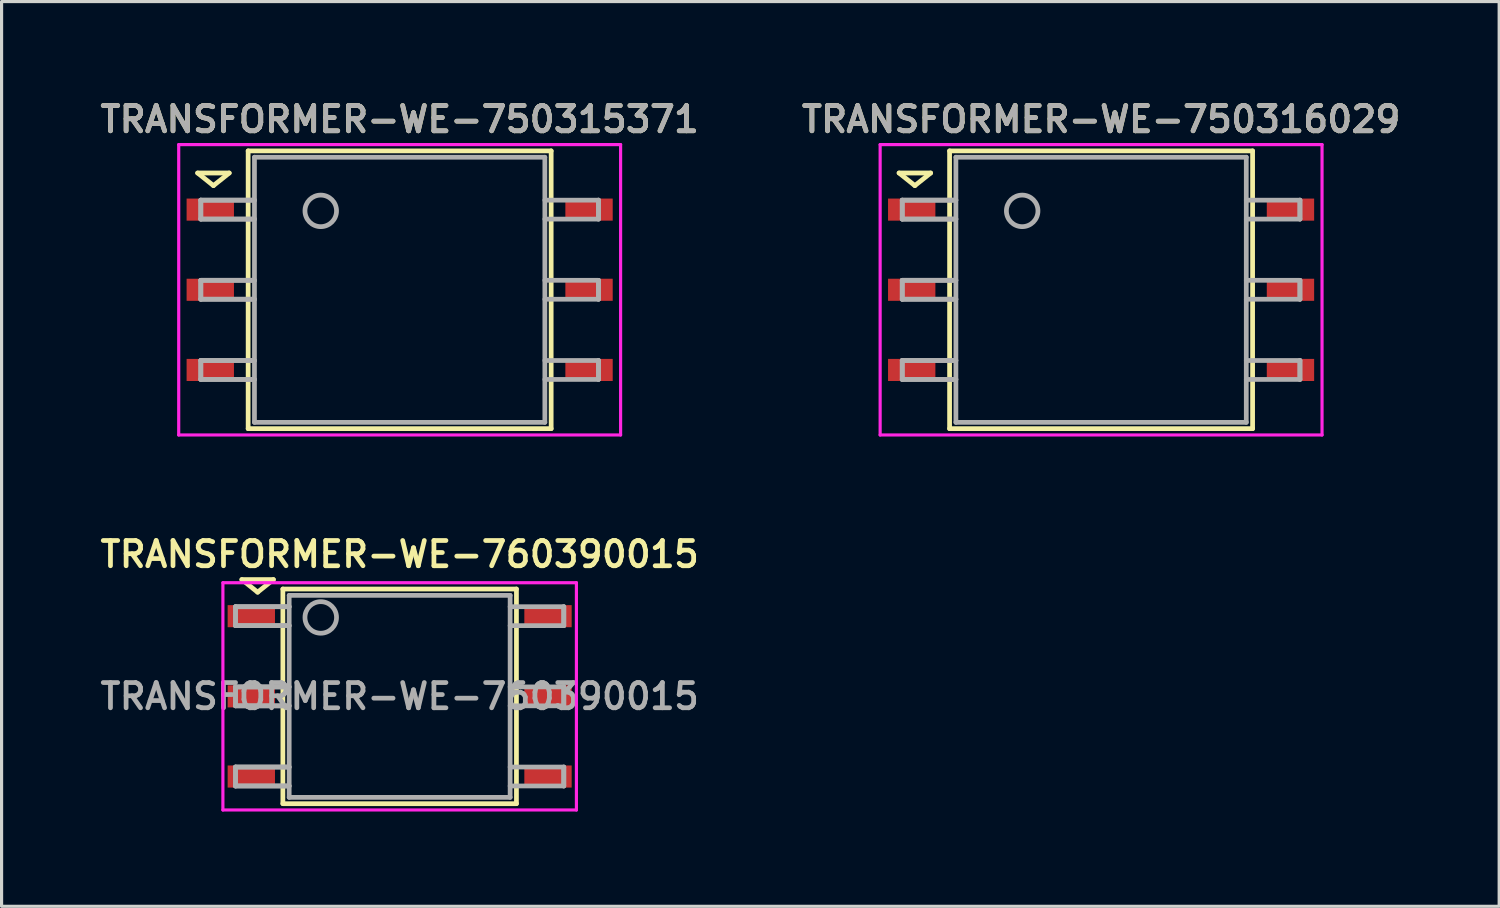
<source format=kicad_pcb>
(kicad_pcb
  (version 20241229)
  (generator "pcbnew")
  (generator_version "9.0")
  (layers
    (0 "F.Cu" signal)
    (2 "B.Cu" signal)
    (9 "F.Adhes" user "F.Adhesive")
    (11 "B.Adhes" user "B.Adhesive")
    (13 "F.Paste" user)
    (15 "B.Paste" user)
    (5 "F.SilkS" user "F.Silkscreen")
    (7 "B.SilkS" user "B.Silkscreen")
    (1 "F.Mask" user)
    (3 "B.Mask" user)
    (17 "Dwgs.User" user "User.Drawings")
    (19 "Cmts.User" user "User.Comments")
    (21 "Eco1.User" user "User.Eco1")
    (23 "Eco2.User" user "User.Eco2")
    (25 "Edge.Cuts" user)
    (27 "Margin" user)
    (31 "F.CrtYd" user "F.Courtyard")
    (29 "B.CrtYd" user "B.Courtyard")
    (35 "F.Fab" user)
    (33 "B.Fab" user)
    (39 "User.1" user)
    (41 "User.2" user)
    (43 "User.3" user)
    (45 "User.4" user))
  (footprint "TRANSFORMER-WE-750316029"
    (layer "F.Cu")
    (at 31.835 6.131)
    (property "Reference" "TRANSFORMER-WE-750316029" (at 0 -5.4 0) (layer "F.SilkS") (effects (font (size 0.8 0.8) (thickness 0.15))))
    (attr through_hole)
    (fp_line (start -6.4 -3.7) (end -5.4 -3.7) (stroke (width 0.15) (type solid)) (layer "F.SilkS"))
    (fp_line (start -5.9 -3.3) (end -6.4 -3.7) (stroke (width 0.15) (type solid)) (layer "F.SilkS"))
    (fp_line (start -5.4 -3.7) (end -5.9 -3.3) (stroke (width 0.15) (type solid)) (layer "F.SilkS"))
    (fp_line (start -4.8 -4.4) (end -4.8 4.4) (stroke (width 0.15) (type solid)) (layer "F.SilkS"))
    (fp_line (start -4.8 4.4) (end 4.8 4.4) (stroke (width 0.15) (type solid)) (layer "F.SilkS"))
    (fp_line (start 4.8 -4.4) (end -4.8 -4.4) (stroke (width 0.15) (type solid)) (layer "F.SilkS"))
    (fp_line (start 4.8 4.4) (end 4.8 -4.4) (stroke (width 0.15) (type solid)) (layer "F.SilkS"))
    (fp_line (start -7 -4.6) (end -7 4.6) (stroke (width 0.1) (type solid)) (layer "F.CrtYd"))
    (fp_line (start -7 4.6) (end 7 4.6) (stroke (width 0.1) (type solid)) (layer "F.CrtYd"))
    (fp_line (start 7 -4.6) (end -7 -4.6) (stroke (width 0.1) (type solid)) (layer "F.CrtYd"))
    (fp_line (start 7 4.6) (end 7 -4.6) (stroke (width 0.1) (type solid)) (layer "F.CrtYd"))
    (fp_line (start -6.3 -2.84) (end -6.3 -2.24) (stroke (width 0.15) (type solid)) (layer "F.Fab"))
    (fp_line (start -6.3 -2.84) (end -6.3 -2.24) (stroke (width 0.15) (type solid)) (layer "F.Fab"))
    (fp_line (start -6.3 -2.24) (end -4.6 -2.24) (stroke (width 0.15) (type solid)) (layer "F.Fab"))
    (fp_line (start -6.3 -2.24) (end -4.6 -2.24) (stroke (width 0.15) (type solid)) (layer "F.Fab"))
    (fp_line (start -6.3 -0.3) (end -6.3 0.3) (stroke (width 0.15) (type solid)) (layer "F.Fab"))
    (fp_line (start -6.3 -0.3) (end -6.3 0.3) (stroke (width 0.15) (type solid)) (layer "F.Fab"))
    (fp_line (start -6.3 0.3) (end -4.6 0.3) (stroke (width 0.15) (type solid)) (layer "F.Fab"))
    (fp_line (start -6.3 0.3) (end -4.6 0.3) (stroke (width 0.15) (type solid)) (layer "F.Fab"))
    (fp_line (start -6.3 2.24) (end -6.3 2.84) (stroke (width 0.15) (type solid)) (layer "F.Fab"))
    (fp_line (start -6.3 2.24) (end -6.3 2.84) (stroke (width 0.15) (type solid)) (layer "F.Fab"))
    (fp_line (start -6.3 2.84) (end -4.6 2.84) (stroke (width 0.15) (type solid)) (layer "F.Fab"))
    (fp_line (start -6.3 2.84) (end -4.6 2.84) (stroke (width 0.15) (type solid)) (layer "F.Fab"))
    (fp_line (start -4.6 -4.2) (end 4.6 -4.2) (stroke (width 0.15) (type solid)) (layer "F.Fab"))
    (fp_line (start -4.6 -2.84) (end -6.3 -2.84) (stroke (width 0.15) (type solid)) (layer "F.Fab"))
    (fp_line (start -4.6 -2.84) (end -6.3 -2.84) (stroke (width 0.15) (type solid)) (layer "F.Fab"))
    (fp_line (start -4.6 -0.3) (end -6.3 -0.3) (stroke (width 0.15) (type solid)) (layer "F.Fab"))
    (fp_line (start -4.6 -0.3) (end -6.3 -0.3) (stroke (width 0.15) (type solid)) (layer "F.Fab"))
    (fp_line (start -4.6 2.24) (end -6.3 2.24) (stroke (width 0.15) (type solid)) (layer "F.Fab"))
    (fp_line (start -4.6 2.24) (end -6.3 2.24) (stroke (width 0.15) (type solid)) (layer "F.Fab"))
    (fp_line (start -4.6 4.2) (end -4.6 -4.2) (stroke (width 0.15) (type solid)) (layer "F.Fab"))
    (fp_line (start 4.6 -4.2) (end 4.6 4.2) (stroke (width 0.15) (type solid)) (layer "F.Fab"))
    (fp_line (start 4.6 -2.84) (end 6.3 -2.84) (stroke (width 0.15) (type solid)) (layer "F.Fab"))
    (fp_line (start 4.6 -0.3) (end 6.3 -0.3) (stroke (width 0.15) (type solid)) (layer "F.Fab"))
    (fp_line (start 4.6 2.24) (end 6.3 2.24) (stroke (width 0.15) (type solid)) (layer "F.Fab"))
    (fp_line (start 4.6 4.2) (end -4.6 4.2) (stroke (width 0.15) (type solid)) (layer "F.Fab"))
    (fp_line (start 6.3 -2.84) (end 6.3 -2.24) (stroke (width 0.15) (type solid)) (layer "F.Fab"))
    (fp_line (start 6.3 -2.84) (end 6.3 -2.24) (stroke (width 0.15) (type solid)) (layer "F.Fab"))
    (fp_line (start 6.3 -2.24) (end 4.6 -2.24) (stroke (width 0.15) (type solid)) (layer "F.Fab"))
    (fp_line (start 6.3 -0.3) (end 6.3 0.3) (stroke (width 0.15) (type solid)) (layer "F.Fab"))
    (fp_line (start 6.3 -0.3) (end 6.3 0.3) (stroke (width 0.15) (type solid)) (layer "F.Fab"))
    (fp_line (start 6.3 0.3) (end 4.6 0.3) (stroke (width 0.15) (type solid)) (layer "F.Fab"))
    (fp_line (start 6.3 2.24) (end 6.3 2.84) (stroke (width 0.15) (type solid)) (layer "F.Fab"))
    (fp_line (start 6.3 2.24) (end 6.3 2.84) (stroke (width 0.15) (type solid)) (layer "F.Fab"))
    (fp_line (start 6.3 2.84) (end 4.6 2.84) (stroke (width 0.15) (type solid)) (layer "F.Fab"))
    (fp_circle (center -2.5 -2.5) (end -2 -2.5) (stroke (width 0.15) (type solid)) (fill no) (layer "F.Fab"))
    (fp_text user "${REFERENCE}" (at 0 -5.4 0) (layer "F.Fab") (effects (font (size 0.8 0.8) (thickness 0.15))))
    (pad "1" smd rect (at -6 -2.54) (size 1.5 0.7) (layers "F.Cu" "F.Mask" "F.Paste"))
    (pad "2" smd rect (at -6 0) (size 1.5 0.7) (layers "F.Cu" "F.Mask" "F.Paste"))
    (pad "3" smd rect (at -6 2.54) (size 1.5 0.7) (layers "F.Cu" "F.Mask" "F.Paste"))
    (pad "4" smd rect (at 6 2.54) (size 1.5 0.7) (layers "F.Cu" "F.Mask" "F.Paste"))
    (pad "5" smd rect (at 6 0) (size 1.5 0.7) (layers "F.Cu" "F.Mask" "F.Paste"))
    (pad "6" smd rect (at 6 -2.54) (size 1.5 0.7) (layers "F.Cu" "F.Mask" "F.Paste")))
  (footprint "TRANSFORMER-WE-750315371"
    (layer "F.Cu")
    (at 9.612 6.131)
    (property "Reference" "TRANSFORMER-WE-750315371" (at 0 -5.4 0) (layer "F.SilkS") (effects (font (size 0.8 0.8) (thickness 0.15))))
    (attr through_hole)
    (fp_line (start -6.4 -3.7) (end -5.4 -3.7) (stroke (width 0.15) (type solid)) (layer "F.SilkS"))
    (fp_line (start -5.9 -3.3) (end -6.4 -3.7) (stroke (width 0.15) (type solid)) (layer "F.SilkS"))
    (fp_line (start -5.4 -3.7) (end -5.9 -3.3) (stroke (width 0.15) (type solid)) (layer "F.SilkS"))
    (fp_line (start -4.8 -4.4) (end -4.8 4.4) (stroke (width 0.15) (type solid)) (layer "F.SilkS"))
    (fp_line (start -4.8 4.4) (end 4.8 4.4) (stroke (width 0.15) (type solid)) (layer "F.SilkS"))
    (fp_line (start 4.8 -4.4) (end -4.8 -4.4) (stroke (width 0.15) (type solid)) (layer "F.SilkS"))
    (fp_line (start 4.8 4.4) (end 4.8 -4.4) (stroke (width 0.15) (type solid)) (layer "F.SilkS"))
    (fp_line (start -7 -4.6) (end -7 4.6) (stroke (width 0.1) (type solid)) (layer "F.CrtYd"))
    (fp_line (start -7 4.6) (end 7 4.6) (stroke (width 0.1) (type solid)) (layer "F.CrtYd"))
    (fp_line (start 7 -4.6) (end -7 -4.6) (stroke (width 0.1) (type solid)) (layer "F.CrtYd"))
    (fp_line (start 7 4.6) (end 7 -4.6) (stroke (width 0.1) (type solid)) (layer "F.CrtYd"))
    (fp_line (start -6.3 -2.84) (end -6.3 -2.24) (stroke (width 0.15) (type solid)) (layer "F.Fab"))
    (fp_line (start -6.3 -2.84) (end -6.3 -2.24) (stroke (width 0.15) (type solid)) (layer "F.Fab"))
    (fp_line (start -6.3 -2.24) (end -4.6 -2.24) (stroke (width 0.15) (type solid)) (layer "F.Fab"))
    (fp_line (start -6.3 -2.24) (end -4.6 -2.24) (stroke (width 0.15) (type solid)) (layer "F.Fab"))
    (fp_line (start -6.3 -0.3) (end -6.3 0.3) (stroke (width 0.15) (type solid)) (layer "F.Fab"))
    (fp_line (start -6.3 -0.3) (end -6.3 0.3) (stroke (width 0.15) (type solid)) (layer "F.Fab"))
    (fp_line (start -6.3 0.3) (end -4.6 0.3) (stroke (width 0.15) (type solid)) (layer "F.Fab"))
    (fp_line (start -6.3 0.3) (end -4.6 0.3) (stroke (width 0.15) (type solid)) (layer "F.Fab"))
    (fp_line (start -6.3 2.24) (end -6.3 2.84) (stroke (width 0.15) (type solid)) (layer "F.Fab"))
    (fp_line (start -6.3 2.24) (end -6.3 2.84) (stroke (width 0.15) (type solid)) (layer "F.Fab"))
    (fp_line (start -6.3 2.84) (end -4.6 2.84) (stroke (width 0.15) (type solid)) (layer "F.Fab"))
    (fp_line (start -6.3 2.84) (end -4.6 2.84) (stroke (width 0.15) (type solid)) (layer "F.Fab"))
    (fp_line (start -4.6 -4.2) (end 4.6 -4.2) (stroke (width 0.15) (type solid)) (layer "F.Fab"))
    (fp_line (start -4.6 -2.84) (end -6.3 -2.84) (stroke (width 0.15) (type solid)) (layer "F.Fab"))
    (fp_line (start -4.6 -2.84) (end -6.3 -2.84) (stroke (width 0.15) (type solid)) (layer "F.Fab"))
    (fp_line (start -4.6 -0.3) (end -6.3 -0.3) (stroke (width 0.15) (type solid)) (layer "F.Fab"))
    (fp_line (start -4.6 -0.3) (end -6.3 -0.3) (stroke (width 0.15) (type solid)) (layer "F.Fab"))
    (fp_line (start -4.6 2.24) (end -6.3 2.24) (stroke (width 0.15) (type solid)) (layer "F.Fab"))
    (fp_line (start -4.6 2.24) (end -6.3 2.24) (stroke (width 0.15) (type solid)) (layer "F.Fab"))
    (fp_line (start -4.6 4.2) (end -4.6 -4.2) (stroke (width 0.15) (type solid)) (layer "F.Fab"))
    (fp_line (start 4.6 -4.2) (end 4.6 4.2) (stroke (width 0.15) (type solid)) (layer "F.Fab"))
    (fp_line (start 4.6 -2.84) (end 6.3 -2.84) (stroke (width 0.15) (type solid)) (layer "F.Fab"))
    (fp_line (start 4.6 -0.3) (end 6.3 -0.3) (stroke (width 0.15) (type solid)) (layer "F.Fab"))
    (fp_line (start 4.6 2.24) (end 6.3 2.24) (stroke (width 0.15) (type solid)) (layer "F.Fab"))
    (fp_line (start 4.6 4.2) (end -4.6 4.2) (stroke (width 0.15) (type solid)) (layer "F.Fab"))
    (fp_line (start 6.3 -2.84) (end 6.3 -2.24) (stroke (width 0.15) (type solid)) (layer "F.Fab"))
    (fp_line (start 6.3 -2.84) (end 6.3 -2.24) (stroke (width 0.15) (type solid)) (layer "F.Fab"))
    (fp_line (start 6.3 -2.24) (end 4.6 -2.24) (stroke (width 0.15) (type solid)) (layer "F.Fab"))
    (fp_line (start 6.3 -0.3) (end 6.3 0.3) (stroke (width 0.15) (type solid)) (layer "F.Fab"))
    (fp_line (start 6.3 -0.3) (end 6.3 0.3) (stroke (width 0.15) (type solid)) (layer "F.Fab"))
    (fp_line (start 6.3 0.3) (end 4.6 0.3) (stroke (width 0.15) (type solid)) (layer "F.Fab"))
    (fp_line (start 6.3 2.24) (end 6.3 2.84) (stroke (width 0.15) (type solid)) (layer "F.Fab"))
    (fp_line (start 6.3 2.24) (end 6.3 2.84) (stroke (width 0.15) (type solid)) (layer "F.Fab"))
    (fp_line (start 6.3 2.84) (end 4.6 2.84) (stroke (width 0.15) (type solid)) (layer "F.Fab"))
    (fp_circle (center -2.5 -2.5) (end -2 -2.5) (stroke (width 0.15) (type solid)) (fill no) (layer "F.Fab"))
    (fp_text user "${REFERENCE}" (at 0 -5.4 0) (layer "F.Fab") (effects (font (size 0.8 0.8) (thickness 0.15))))
    (pad "1" smd rect (at -6 -2.54) (size 1.5 0.7) (layers "F.Cu" "F.Mask" "F.Paste"))
    (pad "2" smd rect (at -6 0) (size 1.5 0.7) (layers "F.Cu" "F.Mask" "F.Paste"))
    (pad "3" smd rect (at -6 2.54) (size 1.5 0.7) (layers "F.Cu" "F.Mask" "F.Paste"))
    (pad "4" smd rect (at 6 2.54) (size 1.5 0.7) (layers "F.Cu" "F.Mask" "F.Paste"))
    (pad "5" smd rect (at 6 0) (size 1.5 0.7) (layers "F.Cu" "F.Mask" "F.Paste"))
    (pad "6" smd rect (at 6 -2.54) (size 1.5 0.7) (layers "F.Cu" "F.Mask" "F.Paste")))
  (footprint "TRANSFORMER-WE-760390015"
    (layer "F.Cu")
    (at 9.612 19.012)
    (property "Reference" "TRANSFORMER-WE-760390015" (at 0 -4.5 0) (layer "F.SilkS") (effects (font (size 0.8 0.8) (thickness 0.15))))
    (attr through_hole)
    (fp_line (start -5 -3.7) (end -4 -3.7) (stroke (width 0.15) (type solid)) (layer "F.SilkS"))
    (fp_line (start -4.5 -3.3) (end -5 -3.7) (stroke (width 0.15) (type solid)) (layer "F.SilkS"))
    (fp_line (start -4 -3.7) (end -4.5 -3.3) (stroke (width 0.15) (type solid)) (layer "F.SilkS"))
    (fp_line (start -3.7 -3.4) (end -3.7 3.4) (stroke (width 0.15) (type solid)) (layer "F.SilkS"))
    (fp_line (start -3.7 3.4) (end 3.7 3.4) (stroke (width 0.15) (type solid)) (layer "F.SilkS"))
    (fp_line (start 3.7 -3.4) (end -3.7 -3.4) (stroke (width 0.15) (type solid)) (layer "F.SilkS"))
    (fp_line (start 3.7 3.4) (end 3.7 -3.4) (stroke (width 0.15) (type solid)) (layer "F.SilkS"))
    (fp_line (start -5.6 -3.6) (end -5.6 3.6) (stroke (width 0.1) (type solid)) (layer "F.CrtYd"))
    (fp_line (start -5.6 3.6) (end 5.6 3.6) (stroke (width 0.1) (type solid)) (layer "F.CrtYd"))
    (fp_line (start 5.6 -3.6) (end -5.6 -3.6) (stroke (width 0.1) (type solid)) (layer "F.CrtYd"))
    (fp_line (start 5.6 3.6) (end 5.6 -3.6) (stroke (width 0.1) (type solid)) (layer "F.CrtYd"))
    (fp_line (start -5.2 -2.84) (end -5.2 -2.24) (stroke (width 0.15) (type solid)) (layer "F.Fab"))
    (fp_line (start -5.2 -2.84) (end -5.2 -2.24) (stroke (width 0.15) (type solid)) (layer "F.Fab"))
    (fp_line (start -5.2 -2.24) (end -3.5 -2.24) (stroke (width 0.15) (type solid)) (layer "F.Fab"))
    (fp_line (start -5.2 -2.24) (end -3.5 -2.24) (stroke (width 0.15) (type solid)) (layer "F.Fab"))
    (fp_line (start -5.2 -0.3) (end -5.2 0.3) (stroke (width 0.15) (type solid)) (layer "F.Fab"))
    (fp_line (start -5.2 -0.3) (end -5.2 0.3) (stroke (width 0.15) (type solid)) (layer "F.Fab"))
    (fp_line (start -5.2 0.3) (end -3.5 0.3) (stroke (width 0.15) (type solid)) (layer "F.Fab"))
    (fp_line (start -5.2 0.3) (end -3.5 0.3) (stroke (width 0.15) (type solid)) (layer "F.Fab"))
    (fp_line (start -5.2 2.24) (end -5.2 2.84) (stroke (width 0.15) (type solid)) (layer "F.Fab"))
    (fp_line (start -5.2 2.24) (end -5.2 2.84) (stroke (width 0.15) (type solid)) (layer "F.Fab"))
    (fp_line (start -5.2 2.84) (end -3.5 2.84) (stroke (width 0.15) (type solid)) (layer "F.Fab"))
    (fp_line (start -5.2 2.84) (end -3.5 2.84) (stroke (width 0.15) (type solid)) (layer "F.Fab"))
    (fp_line (start -3.5 -3.2) (end 3.5 -3.2) (stroke (width 0.15) (type solid)) (layer "F.Fab"))
    (fp_line (start -3.5 -2.84) (end -5.2 -2.84) (stroke (width 0.15) (type solid)) (layer "F.Fab"))
    (fp_line (start -3.5 -2.84) (end -5.2 -2.84) (stroke (width 0.15) (type solid)) (layer "F.Fab"))
    (fp_line (start -3.5 -0.3) (end -5.2 -0.3) (stroke (width 0.15) (type solid)) (layer "F.Fab"))
    (fp_line (start -3.5 -0.3) (end -5.2 -0.3) (stroke (width 0.15) (type solid)) (layer "F.Fab"))
    (fp_line (start -3.5 2.24) (end -5.2 2.24) (stroke (width 0.15) (type solid)) (layer "F.Fab"))
    (fp_line (start -3.5 2.24) (end -5.2 2.24) (stroke (width 0.15) (type solid)) (layer "F.Fab"))
    (fp_line (start -3.5 3.2) (end -3.5 -3.2) (stroke (width 0.15) (type solid)) (layer "F.Fab"))
    (fp_line (start 3.5 -3.2) (end 3.5 3.2) (stroke (width 0.15) (type solid)) (layer "F.Fab"))
    (fp_line (start 3.5 -2.84) (end 5.2 -2.84) (stroke (width 0.15) (type solid)) (layer "F.Fab"))
    (fp_line (start 3.5 -0.3) (end 5.2 -0.3) (stroke (width 0.15) (type solid)) (layer "F.Fab"))
    (fp_line (start 3.5 2.24) (end 5.2 2.24) (stroke (width 0.15) (type solid)) (layer "F.Fab"))
    (fp_line (start 3.5 3.2) (end -3.5 3.2) (stroke (width 0.15) (type solid)) (layer "F.Fab"))
    (fp_line (start 5.2 -2.84) (end 5.2 -2.24) (stroke (width 0.15) (type solid)) (layer "F.Fab"))
    (fp_line (start 5.2 -2.84) (end 5.2 -2.24) (stroke (width 0.15) (type solid)) (layer "F.Fab"))
    (fp_line (start 5.2 -2.24) (end 3.5 -2.24) (stroke (width 0.15) (type solid)) (layer "F.Fab"))
    (fp_line (start 5.2 -0.3) (end 5.2 0.3) (stroke (width 0.15) (type solid)) (layer "F.Fab"))
    (fp_line (start 5.2 -0.3) (end 5.2 0.3) (stroke (width 0.15) (type solid)) (layer "F.Fab"))
    (fp_line (start 5.2 0.3) (end 3.5 0.3) (stroke (width 0.15) (type solid)) (layer "F.Fab"))
    (fp_line (start 5.2 2.24) (end 5.2 2.84) (stroke (width 0.15) (type solid)) (layer "F.Fab"))
    (fp_line (start 5.2 2.24) (end 5.2 2.84) (stroke (width 0.15) (type solid)) (layer "F.Fab"))
    (fp_line (start 5.2 2.84) (end 3.5 2.84) (stroke (width 0.15) (type solid)) (layer "F.Fab"))
    (fp_circle (center -2.5 -2.5) (end -2 -2.5) (stroke (width 0.15) (type solid)) (fill no) (layer "F.Fab"))
    (fp_text user "${REFERENCE}" (at 0 0 0) (layer "F.Fab") (effects (font (size 0.8 0.8) (thickness 0.15))))
    (pad "1" smd rect (at -4.7 -2.54) (size 1.5 0.7) (layers "F.Cu" "F.Mask" "F.Paste"))
    (pad "2" smd rect (at -4.7 0) (size 1.5 0.7) (layers "F.Cu" "F.Mask" "F.Paste"))
    (pad "3" smd rect (at -4.7 2.54) (size 1.5 0.7) (layers "F.Cu" "F.Mask" "F.Paste"))
    (pad "4" smd rect (at 4.7 2.54) (size 1.5 0.7) (layers "F.Cu" "F.Mask" "F.Paste"))
    (pad "5" smd rect (at 4.7 0) (size 1.5 0.7) (layers "F.Cu" "F.Mask" "F.Paste"))
    (pad "6" smd rect (at 4.7 -2.54) (size 1.5 0.7) (layers "F.Cu" "F.Mask" "F.Paste")))
  (gr_rect
    (start -3 -3)
    (end 44.447 25.663)
    (stroke (width 0.1) (type default))
    (fill no)
    (layer "Edge.Cuts")))
</source>
